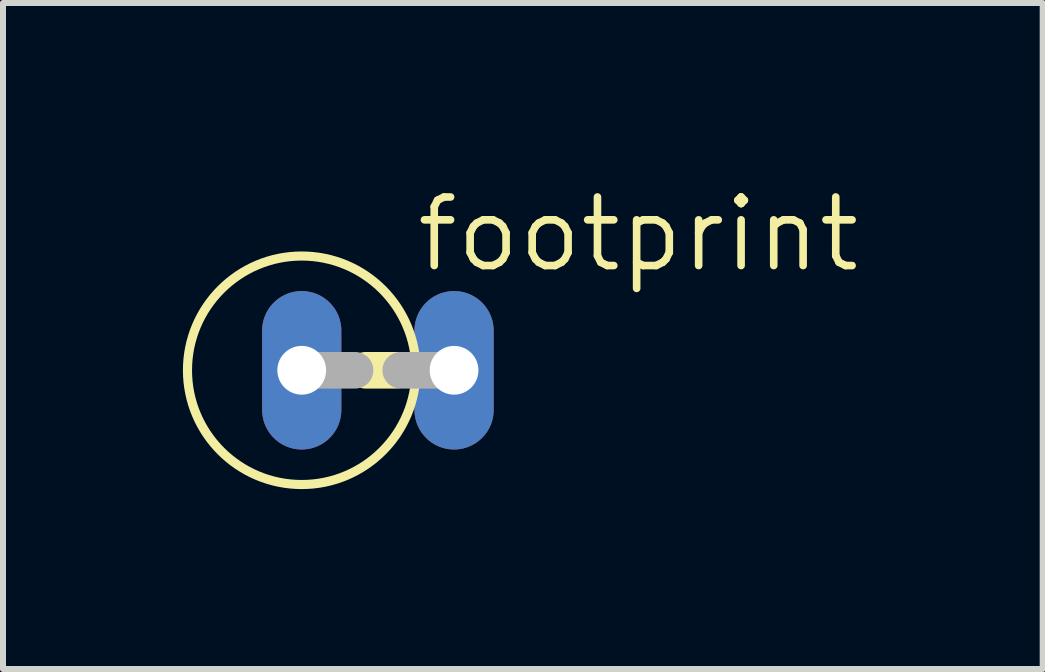
<source format=kicad_pcb>
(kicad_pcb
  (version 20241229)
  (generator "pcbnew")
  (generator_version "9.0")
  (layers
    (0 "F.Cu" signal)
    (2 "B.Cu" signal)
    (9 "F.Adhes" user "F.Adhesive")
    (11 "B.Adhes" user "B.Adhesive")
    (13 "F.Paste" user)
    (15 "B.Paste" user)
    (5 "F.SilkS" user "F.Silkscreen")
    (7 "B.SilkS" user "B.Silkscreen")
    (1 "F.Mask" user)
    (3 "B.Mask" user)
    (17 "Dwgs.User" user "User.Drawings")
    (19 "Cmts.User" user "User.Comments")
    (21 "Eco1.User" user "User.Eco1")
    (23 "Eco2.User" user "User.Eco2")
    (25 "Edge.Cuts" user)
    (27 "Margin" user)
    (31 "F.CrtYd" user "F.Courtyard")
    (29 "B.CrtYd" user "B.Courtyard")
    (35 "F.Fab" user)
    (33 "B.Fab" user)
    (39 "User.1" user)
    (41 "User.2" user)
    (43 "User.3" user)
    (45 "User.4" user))
  (footprint "footprint"
    (layer "F.Cu")
    (at 3.251 3.124)
    (property "Reference" "footprint" (at 0.584 -1.6 0) (layer "F.SilkS") (effects (font (size 1.143 1.143) (thickness 0.127)) (justify left bottom)))
    (fp_line (start 0.305 0) (end -0.203 0) (stroke (width 0.61) (type solid)) (layer "F.SilkS"))
    (fp_circle (center -1.27 0) (end 0.635 0) (stroke (width 0.152) (type solid)) (fill no) (layer "F.SilkS"))
    (fp_line (start -1.27 0) (end -0.381 0) (stroke (width 0.61) (type solid)) (layer "F.Fab"))
    (fp_line (start 1.27 0) (end 0.381 0) (stroke (width 0.61) (type solid)) (layer "F.Fab"))
    (pad "A" thru_hole oval (at 1.27 0 90) (size 2.642 1.321) (drill 0.813) (layers "*.Cu" "*.Mask"))
    (pad "C" thru_hole oval (at -1.27 0 90) (size 2.642 1.321) (drill 0.813) (layers "*.Cu" "*.Mask")))
  (gr_rect
    (start -3 -3)
    (end 14.336 8.105)
    (stroke (width 0.1) (type default))
    (fill no)
    (layer "Edge.Cuts")))
</source>
